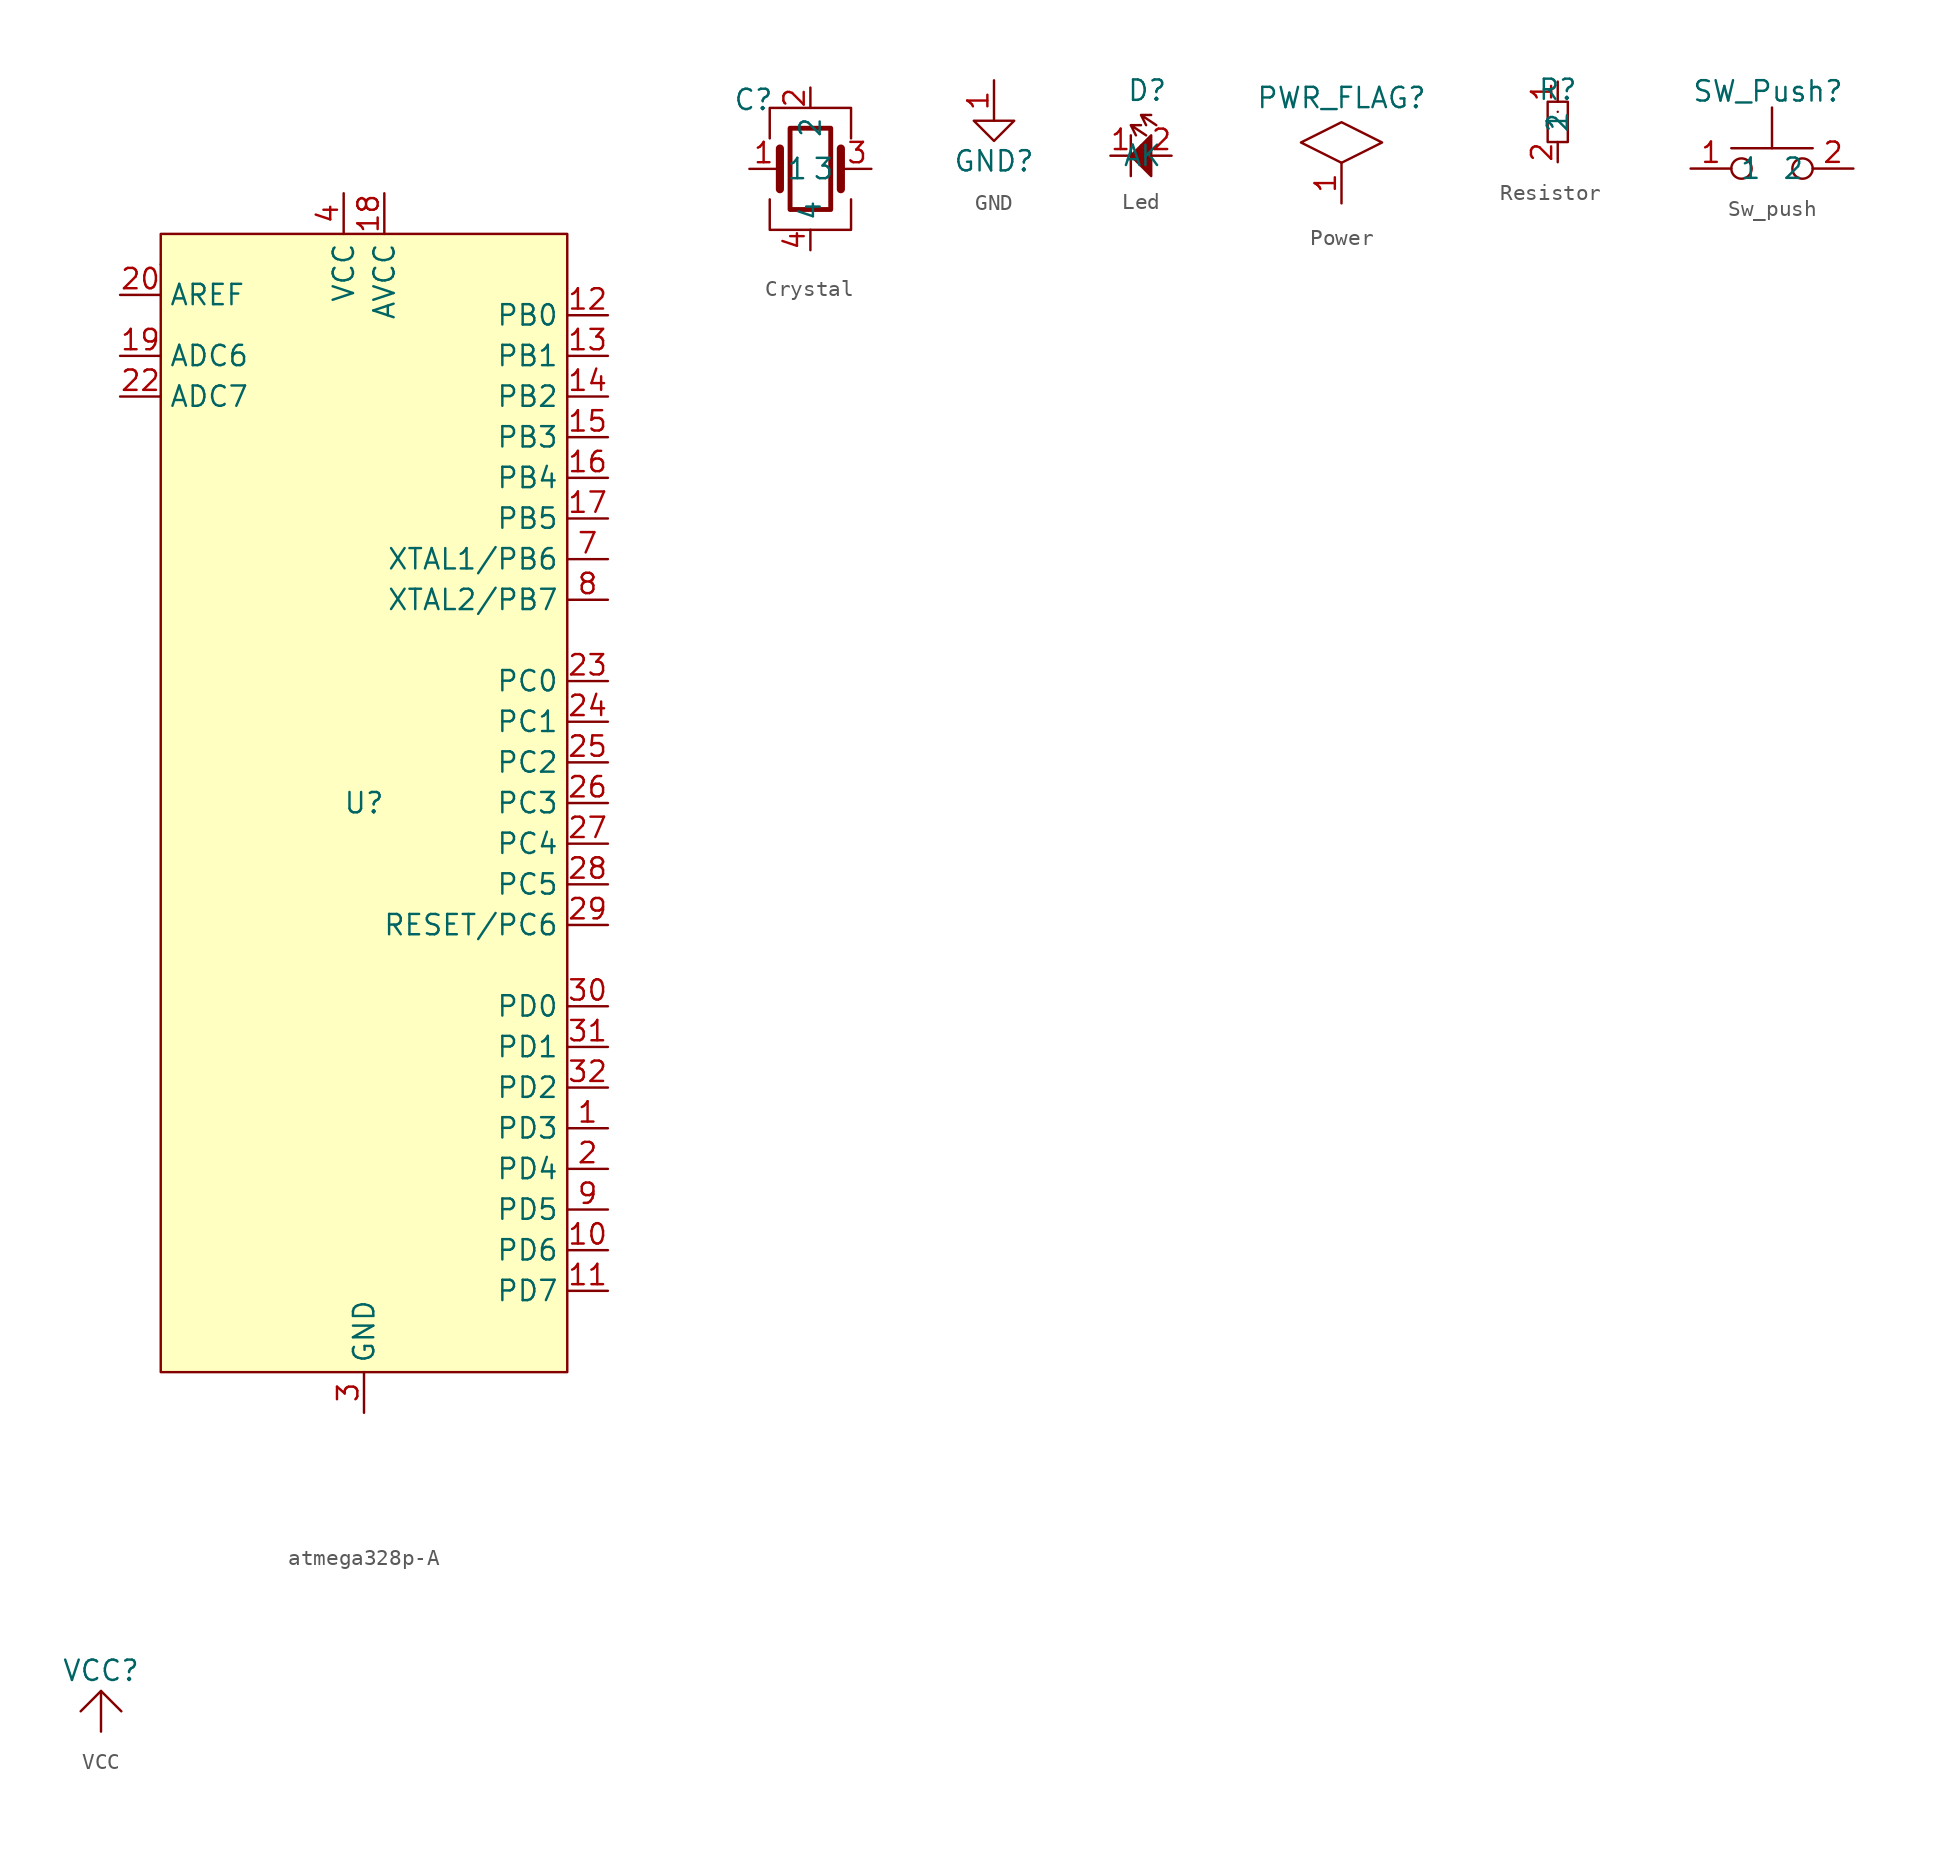
<source format=kicad_sym>
(kicad_symbol_lib
  (version 20241209)
  (generator "kicad_symbol_editor")
  (generator_version "9.0")
  (symbol "atmega328p-A"
    (property "Reference" "U"
      (at 0 0 0)
      (effects (font (size 1.27 1.27))))
    (property "Value" ""
      (at 0 0 0)
      (effects (font (size 1.27 1.27))))
    (symbol "atmega328p-A_0_1"
      (polyline (pts (xy -12.7 33.655) (xy -12.7 33.655)) (stroke (width 0) (type default)) (fill (type none))))
    (symbol "atmega328p-A_1_1"
      (polyline (pts (xy -12.7 0) (xy -12.7 35.56) (xy 0 35.56) (xy 12.7 35.56) (xy 12.7 0) (xy 12.7 -35.56) (xy -12.7 -35.56) (xy -12.7 0)) (stroke (width 0) (type solid)) (fill (type background)))
      (pin passive line (at -15.24 31.75 0) (length 2.54) (name "AREF" (effects (font (size 1.27 1.27)))) (number "20" (effects (font (size 1.27 1.27)))))
      (pin input line (at -15.24 27.94 0) (length 2.54) (name "ADC6" (effects (font (size 1.27 1.27)))) (number "19" (effects (font (size 1.27 1.27)))))
      (pin input line (at -15.24 25.4 0) (length 2.54) (name "ADC7" (effects (font (size 1.27 1.27)))) (number "22" (effects (font (size 1.27 1.27)))))
      (pin power_in line (at -1.27 38.1 270) (length 2.54) (name "VCC" (effects (font (size 1.27 1.27)))) (number "4" (effects (font (size 1.27 1.27)))))
      (pin power_in line (at 0 -38.1 90) (length 2.54) (name "GND" (effects (font (size 1.27 1.27)))) (number "3" (effects (font (size 1.27 1.27)))))
      (pin power_in line (at 1.27 38.1 270) (length 2.54) (name "AVCC" (effects (font (size 1.27 1.27)))) (number "18" (effects (font (size 1.27 1.27)))))
      (pin bidirectional line (at 15.24 30.48 180) (length 2.54) (name "PB0" (effects (font (size 1.27 1.27)))) (number "12" (effects (font (size 1.27 1.27)))))
      (pin bidirectional line (at 15.24 27.94 180) (length 2.54) (name "PB1" (effects (font (size 1.27 1.27)))) (number "13" (effects (font (size 1.27 1.27)))))
      (pin bidirectional line (at 15.24 25.4 180) (length 2.54) (name "PB2" (effects (font (size 1.27 1.27)))) (number "14" (effects (font (size 1.27 1.27)))))
      (pin bidirectional line (at 15.24 22.86 180) (length 2.54) (name "PB3" (effects (font (size 1.27 1.27)))) (number "15" (effects (font (size 1.27 1.27)))))
      (pin bidirectional line (at 15.24 20.32 180) (length 2.54) (name "PB4" (effects (font (size 1.27 1.27)))) (number "16" (effects (font (size 1.27 1.27)))))
      (pin bidirectional line (at 15.24 17.78 180) (length 2.54) (name "PB5" (effects (font (size 1.27 1.27)))) (number "17" (effects (font (size 1.27 1.27)))))
      (pin bidirectional line (at 15.24 15.24 180) (length 2.54) (name "XTAL1/PB6" (effects (font (size 1.27 1.27)))) (number "7" (effects (font (size 1.27 1.27)))))
      (pin bidirectional line (at 15.24 12.7 180) (length 2.54) (name "XTAL2/PB7" (effects (font (size 1.27 1.27)))) (number "8" (effects (font (size 1.27 1.27)))))
      (pin bidirectional line (at 15.24 7.62 180) (length 2.54) (name "PC0" (effects (font (size 1.27 1.27)))) (number "23" (effects (font (size 1.27 1.27)))))
      (pin bidirectional line (at 15.24 5.08 180) (length 2.54) (name "PC1" (effects (font (size 1.27 1.27)))) (number "24" (effects (font (size 1.27 1.27)))))
      (pin bidirectional line (at 15.24 2.54 180) (length 2.54) (name "PC2" (effects (font (size 1.27 1.27)))) (number "25" (effects (font (size 1.27 1.27)))))
      (pin bidirectional line (at 15.24 0 180) (length 2.54) (name "PC3" (effects (font (size 1.27 1.27)))) (number "26" (effects (font (size 1.27 1.27)))))
      (pin bidirectional line (at 15.24 -2.54 180) (length 2.54) (name "PC4" (effects (font (size 1.27 1.27)))) (number "27" (effects (font (size 1.27 1.27)))))
      (pin bidirectional line (at 15.24 -5.08 180) (length 2.54) (name "PC5" (effects (font (size 1.27 1.27)))) (number "28" (effects (font (size 1.27 1.27)))))
      (pin bidirectional line (at 15.24 -7.62 180) (length 2.54) (name "RESET/PC6" (effects (font (size 1.27 1.27)))) (number "29" (effects (font (size 1.27 1.27)))))
      (pin bidirectional line (at 15.24 -12.7 180) (length 2.54) (name "PD0" (effects (font (size 1.27 1.27)))) (number "30" (effects (font (size 1.27 1.27)))))
      (pin bidirectional line (at 15.24 -15.24 180) (length 2.54) (name "PD1" (effects (font (size 1.27 1.27)))) (number "31" (effects (font (size 1.27 1.27)))))
      (pin bidirectional line (at 15.24 -17.78 180) (length 2.54) (name "PD2" (effects (font (size 1.27 1.27)))) (number "32" (effects (font (size 1.27 1.27)))))
      (pin bidirectional line (at 15.24 -20.32 180) (length 2.54) (name "PD3" (effects (font (size 1.27 1.27)))) (number "1" (effects (font (size 1.27 1.27)))))
      (pin bidirectional line (at 15.24 -22.86 180) (length 2.54) (name "PD4" (effects (font (size 1.27 1.27)))) (number "2" (effects (font (size 1.27 1.27)))))
      (pin bidirectional line (at 15.24 -25.4 180) (length 2.54) (name "PD5" (effects (font (size 1.27 1.27)))) (number "9" (effects (font (size 1.27 1.27)))))
      (pin bidirectional line (at 15.24 -27.94 180) (length 2.54) (name "PD6" (effects (font (size 1.27 1.27)))) (number "10" (effects (font (size 1.27 1.27)))))
      (pin bidirectional line (at 15.24 -30.48 180) (length 2.54) (name "PD7" (effects (font (size 1.27 1.27)))) (number "11" (effects (font (size 1.27 1.27)))))))
  (symbol "Crystal"
    (property "Reference" "C"
      (at -3.556 4.318 0)
      (effects (font (size 1.27 1.27))))
    (property "Value" ""
      (at 0 0 0)
      (effects (font (size 1.27 1.27))))
    (symbol "Crystal_0_1"
      (polyline (pts (xy -2.54 1.905) (xy -2.54 3.81) (xy 2.54 3.81) (xy 2.54 1.905)) (stroke (width 0) (type default)) (fill (type none)))
      (polyline (pts (xy -2.54 -1.905) (xy -2.54 -3.81) (xy 2.54 -3.81) (xy 2.54 -1.905)) (stroke (width 0) (type default)) (fill (type none))))
    (symbol "Crystal_1_1"
      (polyline (pts (xy -1.905 1.27) (xy -1.905 -1.27)) (stroke (width 0.508) (type solid)) (fill (type none)))
      (polyline (pts (xy -1.27 0) (xy -1.27 -2.54) (xy 1.27 -2.54) (xy 1.27 0) (xy 1.27 2.54) (xy -1.27 2.54) (xy -1.27 0)) (stroke (width 0.305) (type solid)) (fill (type none)))
      (polyline (pts (xy 1.905 1.27) (xy 1.905 -1.27)) (stroke (width 0.508) (type solid)) (fill (type none)))
      (pin passive line (at -3.81 0 0) (length 1.778) (name "1" (effects (font (size 1.27 1.27)))) (number "1" (effects (font (size 1.27 1.27)))))
      (pin passive line (at 0 5.08 270) (length 1.27) (name "2" (effects (font (size 1.27 1.27)))) (number "2" (effects (font (size 1.27 1.27)))))
      (pin passive line (at 0 -5.08 90) (length 1.27) (name "4" (effects (font (size 1.27 1.27)))) (number "4" (effects (font (size 1.27 1.27)))))
      (pin passive line (at 3.81 0 180) (length 1.778) (name "3" (effects (font (size 1.27 1.27)))) (number "3" (effects (font (size 1.27 1.27)))))))
  (symbol "GND"
    (property "Reference" "GND"
      (at 0 -3.81 0)
      (effects (font (size 1.27 1.27))))
    (property "Value" ""
      (at 0 0 0)
      (effects (font (size 1.27 1.27))))
    (symbol "GND_0_1"
      (polyline (pts (xy -1.27 -1.27) (xy 0 -1.27) (xy 1.27 -1.27) (xy 0 -2.54) (xy -1.27 -1.27)) (stroke (width 0) (type default)) (fill (type none))))
    (symbol "GND_1_1"
      (pin power_out line (at 0 1.27 270) (length 2.54) (name "" (effects (font (size 1.27 1.27)))) (number "1" (effects (font (size 1.27 1.27)))))))
  (symbol "Led"
    (property "Reference" "D"
      (at -0.254 4.064 0)
      (effects (font (size 1.27 1.27))))
    (property "Value" ""
      (at 0 0 0)
      (effects (font (size 1.27 1.27))))
    (symbol "Led_0_1"
      (polyline (pts (xy -0.635 0.635) (xy -0.635 0.635)) (stroke (width 0) (type default)) (fill (type none))))
    (symbol "Led_1_1"
      (polyline (pts (xy -1.27 1.27) (xy -1.27 -1.27)) (stroke (width 0) (type default)) (fill (type none)))
      (polyline (pts (xy -0.317 1.27) (xy -1.27 1.905) (xy -0.635 1.905) (xy -1.27 1.905) (xy -0.952 1.27)) (stroke (width 0) (type default)) (fill (type none)))
      (polyline (pts (xy 0 -1.27) (xy 0 1.27) (xy -1.27 0) (xy 0 -1.27)) (stroke (width 0) (type solid)) (fill (type outline)))
      (polyline (pts (xy 0.318 1.905) (xy -0.635 2.54) (xy 0 2.54) (xy -0.635 2.54) (xy -0.318 1.905)) (stroke (width 0) (type default)) (fill (type none)))
      (pin passive line (at -2.54 0 0) (length 1.27) (name "K" (effects (font (size 1.27 1.27)))) (number "1" (effects (font (size 1.27 1.27)))))
      (pin passive line (at 1.27 0 180) (length 1.27) (name "A" (effects (font (size 1.27 1.27)))) (number "2" (effects (font (size 1.27 1.27)))))))
  (symbol "Power"
    (power)
    (property "Reference" "PWR_FLAG"
      (at 0 -1.016 0)
      (effects (font (size 1.27 1.27))))
    (property "Value" ""
      (at 0 0 0)
      (effects (font (size 1.27 1.27))))
    (symbol "Power_0_1"
      (polyline (pts (xy 0 -2.54) (xy -2.54 -3.81) (xy 0 -5.08) (xy 2.54 -3.81) (xy 0 -2.54)) (stroke (width 0) (type default)) (fill (type none))))
    (symbol "Power_1_1"
      (pin power_out line (at 0 -7.62 90) (length 2.54) (name "" (effects (font (size 1.27 1.27)))) (number "1" (effects (font (size 1.27 1.27)))))))
  (symbol "Resistor"
    (property "Reference" "R"
      (at 0 2.032 0)
      (effects (font (size 1.27 1.27))))
    (property "Value" ""
      (at 0 0 0)
      (effects (font (size 1.27 1.27))))
    (symbol "Resistor_0_1"
      (polyline (pts (xy -0.635 1.27) (xy -0.635 -1.27) (xy 0.635 -1.27) (xy 0.635 1.27) (xy -0.635 1.27)) (stroke (width 0) (type default)) (fill (type none)))
      (polyline (pts (xy 0 0.635) (xy 0 0.635)) (stroke (width 0) (type default)) (fill (type none))))
    (symbol "Resistor_1_1"
      (pin passive line (at 0 2.54 270) (length 1.27) (name "1" (effects (font (size 1.27 1.27)))) (number "1" (effects (font (size 1.27 1.27)))))
      (pin passive line (at 0 -2.54 90) (length 1.27) (name "2" (effects (font (size 1.27 1.27)))) (number "2" (effects (font (size 1.27 1.27)))))))
  (symbol "Sw_push"
    (property "Reference" "SW_Push"
      (at -0.254 4.826 0)
      (effects (font (size 1.27 1.27))))
    (property "Value" ""
      (at 0 0 0)
      (effects (font (size 1.27 1.27))))
    (symbol "Sw_push_0_1"
      (polyline (pts (xy -2.54 1.27) (xy 2.54 1.27)) (stroke (width 0) (type default)) (fill (type none)))
      (circle (center -1.905 0) (radius 0.635) (stroke (width 0) (type default)) (fill (type none)))
      (polyline (pts (xy 0 1.27) (xy 0 3.81)) (stroke (width 0) (type default)) (fill (type none)))
      (circle (center 1.905 0) (radius 0.635) (stroke (width 0) (type default)) (fill (type none))))
    (symbol "Sw_push_1_1"
      (pin passive line (at -5.08 0 0) (length 2.54) (name "1" (effects (font (size 1.27 1.27)))) (number "1" (effects (font (size 1.27 1.27)))))
      (pin passive line (at 5.08 0 180) (length 2.54) (name "2" (effects (font (size 1.27 1.27)))) (number "2" (effects (font (size 1.27 1.27)))))))
  (symbol "VCC"
    (property "Reference" "VCC"
      (at 0 0 0)
      (effects (font (size 1.27 1.27))))
    (property "Value" ""
      (at 0 0 0)
      (effects (font (size 1.27 1.27))))
    (symbol "VCC_0_1"
      (polyline (pts (xy 1.27 -2.54) (xy 0 -1.27) (xy -1.27 -2.54)) (stroke (width 0) (type default)) (fill (type none))))
    (symbol "VCC_1_1"
      (pin power_out line (at 0 -3.81 90) (length 2.54) (name "" (effects (font (size 1.27 1.27)))) (number "" (effects (font (size 1.27 1.27))))))))
</source>
